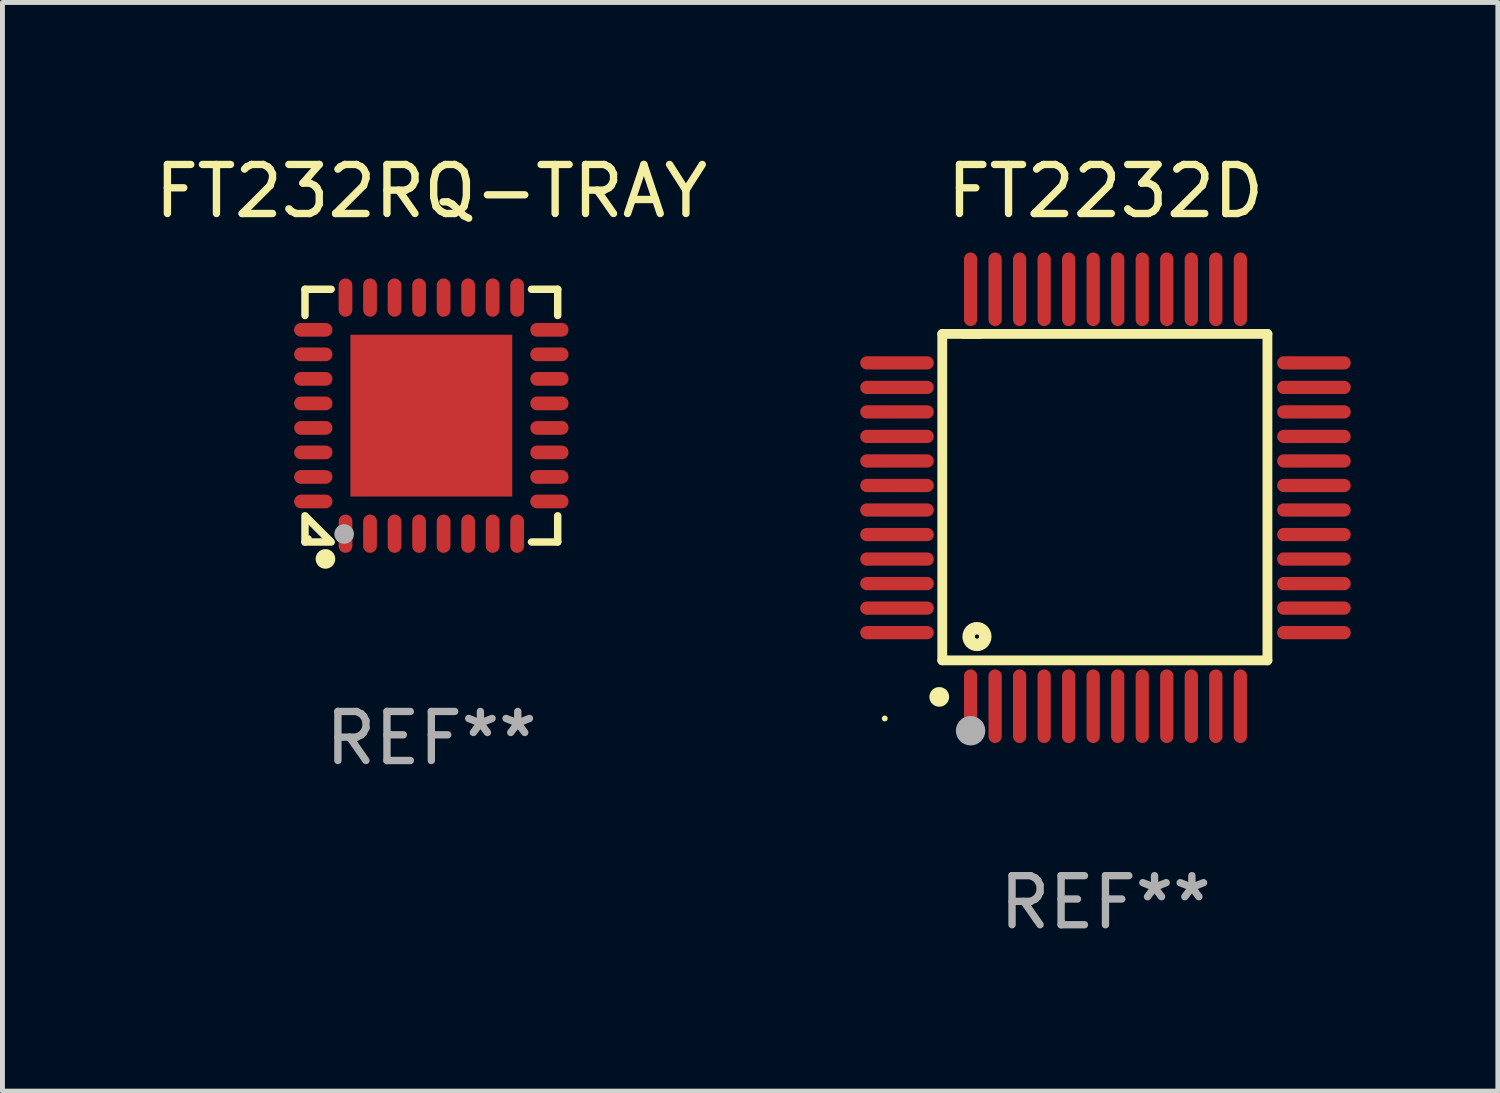
<source format=kicad_pcb>
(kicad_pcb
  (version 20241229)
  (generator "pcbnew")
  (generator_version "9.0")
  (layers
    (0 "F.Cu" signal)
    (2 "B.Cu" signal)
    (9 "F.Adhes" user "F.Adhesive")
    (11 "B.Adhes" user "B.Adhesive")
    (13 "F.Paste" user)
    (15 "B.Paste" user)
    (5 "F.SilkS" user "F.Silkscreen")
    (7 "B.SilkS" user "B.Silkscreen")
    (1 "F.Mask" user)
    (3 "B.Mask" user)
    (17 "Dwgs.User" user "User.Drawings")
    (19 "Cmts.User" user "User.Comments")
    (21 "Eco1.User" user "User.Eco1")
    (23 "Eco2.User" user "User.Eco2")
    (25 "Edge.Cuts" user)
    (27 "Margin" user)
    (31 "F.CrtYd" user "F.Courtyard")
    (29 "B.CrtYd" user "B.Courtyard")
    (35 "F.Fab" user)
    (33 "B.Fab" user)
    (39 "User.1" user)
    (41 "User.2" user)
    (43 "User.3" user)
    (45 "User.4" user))
  (footprint "FT232RQ-TRAY"
    (layer "F.Cu")
    (at 5.744 5.424)
    (property "Reference" "FT232RQ-TRAY" (at 0 -4.576 0) (layer "F.SilkS") (effects (font (size 1 1) (thickness 0.15))))
    (attr through_hole)
    (fp_line (start -2.576 -2.576) (end -2.576 -2.042) (stroke (width 0.152) (type solid)) (layer "F.SilkS"))
    (fp_line (start -2.576 2.576) (end -2.576 2.042) (stroke (width 0.152) (type solid)) (layer "F.SilkS"))
    (fp_line (start -2.549 2.069) (end -2.069 2.549) (stroke (width 0.152) (type solid)) (layer "F.SilkS"))
    (fp_line (start -2.042 -2.576) (end -2.576 -2.576) (stroke (width 0.152) (type solid)) (layer "F.SilkS"))
    (fp_line (start -2.042 2.576) (end -2.576 2.576) (stroke (width 0.152) (type solid)) (layer "F.SilkS"))
    (fp_line (start 2.042 -2.576) (end 2.576 -2.576) (stroke (width 0.152) (type solid)) (layer "F.SilkS"))
    (fp_line (start 2.042 2.576) (end 2.576 2.576) (stroke (width 0.152) (type solid)) (layer "F.SilkS"))
    (fp_line (start 2.576 -2.576) (end 2.576 -2.042) (stroke (width 0.152) (type solid)) (layer "F.SilkS"))
    (fp_line (start 2.576 2.576) (end 2.576 2.042) (stroke (width 0.152) (type solid)) (layer "F.SilkS"))
    (fp_circle (center -2.5 2.5) (end -2.47 2.5) (stroke (width 0.06) (type solid)) (fill no) (layer "F.SilkS"))
    (fp_circle (center -2.159 2.921) (end -2.059 2.921) (stroke (width 0.2) (type solid)) (fill no) (layer "F.SilkS"))
    (fp_circle (center -1.778 2.413) (end -1.678 2.413) (stroke (width 0.2) (type solid)) (fill no) (layer "F.Fab"))
    (fp_text user "REF**" (at 0 6.576 0) (layer "F.Fab") (effects (font (size 1 1) (thickness 0.15))))
    (pad "1" smd oval (at -1.75 2.407 90) (size 0.78 0.28) (layers "F.Cu" "F.Mask" "F.Paste"))
    (pad "2" smd oval (at -1.25 2.407 90) (size 0.78 0.28) (layers "F.Cu" "F.Mask" "F.Paste"))
    (pad "3" smd oval (at -0.75 2.407 90) (size 0.78 0.28) (layers "F.Cu" "F.Mask" "F.Paste"))
    (pad "4" smd oval (at -0.25 2.407 90) (size 0.78 0.28) (layers "F.Cu" "F.Mask" "F.Paste"))
    (pad "5" smd oval (at 0.25 2.407 90) (size 0.78 0.28) (layers "F.Cu" "F.Mask" "F.Paste"))
    (pad "6" smd oval (at 0.75 2.407 90) (size 0.78 0.28) (layers "F.Cu" "F.Mask" "F.Paste"))
    (pad "7" smd oval (at 1.25 2.407 90) (size 0.78 0.28) (layers "F.Cu" "F.Mask" "F.Paste"))
    (pad "8" smd oval (at 1.75 2.407 90) (size 0.78 0.28) (layers "F.Cu" "F.Mask" "F.Paste"))
    (pad "9" smd oval (at 2.407 1.75 90) (size 0.28 0.78) (layers "F.Cu" "F.Mask" "F.Paste"))
    (pad "10" smd oval (at 2.407 1.25 90) (size 0.28 0.78) (layers "F.Cu" "F.Mask" "F.Paste"))
    (pad "11" smd oval (at 2.407 0.75 90) (size 0.28 0.78) (layers "F.Cu" "F.Mask" "F.Paste"))
    (pad "12" smd oval (at 2.407 0.25 90) (size 0.28 0.78) (layers "F.Cu" "F.Mask" "F.Paste"))
    (pad "13" smd oval (at 2.407 -0.25 90) (size 0.28 0.78) (layers "F.Cu" "F.Mask" "F.Paste"))
    (pad "14" smd oval (at 2.407 -0.75 90) (size 0.28 0.78) (layers "F.Cu" "F.Mask" "F.Paste"))
    (pad "15" smd oval (at 2.407 -1.25 90) (size 0.28 0.78) (layers "F.Cu" "F.Mask" "F.Paste"))
    (pad "16" smd oval (at 2.407 -1.75 90) (size 0.28 0.78) (layers "F.Cu" "F.Mask" "F.Paste"))
    (pad "17" smd oval (at 1.75 -2.407 90) (size 0.78 0.28) (layers "F.Cu" "F.Mask" "F.Paste"))
    (pad "18" smd oval (at 1.25 -2.407 90) (size 0.78 0.28) (layers "F.Cu" "F.Mask" "F.Paste"))
    (pad "19" smd oval (at 0.75 -2.407 90) (size 0.78 0.28) (layers "F.Cu" "F.Mask" "F.Paste"))
    (pad "20" smd oval (at 0.25 -2.407 90) (size 0.78 0.28) (layers "F.Cu" "F.Mask" "F.Paste"))
    (pad "21" smd oval (at -0.25 -2.407 90) (size 0.78 0.28) (layers "F.Cu" "F.Mask" "F.Paste"))
    (pad "22" smd oval (at -0.75 -2.407 90) (size 0.78 0.28) (layers "F.Cu" "F.Mask" "F.Paste"))
    (pad "23" smd oval (at -1.25 -2.407 90) (size 0.78 0.28) (layers "F.Cu" "F.Mask" "F.Paste"))
    (pad "24" smd oval (at -1.75 -2.407 90) (size 0.78 0.28) (layers "F.Cu" "F.Mask" "F.Paste"))
    (pad "25" smd oval (at -2.407 -1.75 90) (size 0.28 0.78) (layers "F.Cu" "F.Mask" "F.Paste"))
    (pad "26" smd oval (at -2.407 -1.25 90) (size 0.28 0.78) (layers "F.Cu" "F.Mask" "F.Paste"))
    (pad "27" smd oval (at -2.407 -0.75 90) (size 0.28 0.78) (layers "F.Cu" "F.Mask" "F.Paste"))
    (pad "28" smd oval (at -2.407 -0.25 90) (size 0.28 0.78) (layers "F.Cu" "F.Mask" "F.Paste"))
    (pad "29" smd oval (at -2.407 0.25 90) (size 0.28 0.78) (layers "F.Cu" "F.Mask" "F.Paste"))
    (pad "30" smd oval (at -2.407 0.75 90) (size 0.28 0.78) (layers "F.Cu" "F.Mask" "F.Paste"))
    (pad "31" smd oval (at -2.407 1.25 90) (size 0.28 0.78) (layers "F.Cu" "F.Mask" "F.Paste"))
    (pad "32" smd oval (at -2.407 1.75 90) (size 0.28 0.78) (layers "F.Cu" "F.Mask" "F.Paste"))
    (pad "33" smd rect (at 0 0 90) (size 3.3 3.3) (layers "F.Cu" "F.Mask" "F.Paste")))
  (footprint "FT2232D"
    (layer "F.Cu")
    (at 19.488 7.098)
    (property "Reference" "FT2232D" (at 0 -6.25 0) (layer "F.SilkS") (effects (font (size 1 1) (thickness 0.15))))
    (attr through_hole)
    (fp_line (start -3.327 -3.34) (end -2.565 -3.34) (stroke (width 0.2) (type solid)) (layer "F.SilkS"))
    (fp_line (start -3.327 3.315) (end -3.327 -3.34) (stroke (width 0.2) (type solid)) (layer "F.SilkS"))
    (fp_line (start -2.896 -3.34) (end 3.302 -3.34) (stroke (width 0.2) (type solid)) (layer "F.SilkS"))
    (fp_line (start 3.302 -3.34) (end 3.302 3.315) (stroke (width 0.2) (type solid)) (layer "F.SilkS"))
    (fp_line (start 3.302 3.315) (end -3.327 3.315) (stroke (width 0.2) (type solid)) (layer "F.SilkS"))
    (fp_arc (start -3.389992 4.059995) (mid -3.388722 4.059991) (end -3.387452 4.059995) (stroke (width 0.4) (type solid)) (layer "F.SilkS"))
    (fp_circle (center -4.5 4.5) (end -4.47 4.5) (stroke (width 0.06) (type solid)) (fill no) (layer "F.SilkS"))
    (fp_circle (center -2.62 2.83) (end -2.45 2.83) (stroke (width 0.254) (type solid)) (fill no) (layer "F.SilkS"))
    (fp_circle (center -2.75 4.75) (end -2.6 4.75) (stroke (width 0.3) (type solid)) (fill no) (layer "F.Fab"))
    (fp_text user "REF**" (at 0 8.25 0) (layer "F.Fab") (effects (font (size 1 1) (thickness 0.15))))
    (pad "1" smd oval (at -2.75 4.25) (size 0.27 1.5) (layers "F.Cu" "F.Mask" "F.Paste"))
    (pad "2" smd oval (at -2.25 4.25) (size 0.27 1.5) (layers "F.Cu" "F.Mask" "F.Paste"))
    (pad "3" smd oval (at -1.75 4.25) (size 0.27 1.5) (layers "F.Cu" "F.Mask" "F.Paste"))
    (pad "4" smd oval (at -1.25 4.25) (size 0.27 1.5) (layers "F.Cu" "F.Mask" "F.Paste"))
    (pad "5" smd oval (at -0.75 4.25) (size 0.27 1.5) (layers "F.Cu" "F.Mask" "F.Paste"))
    (pad "6" smd oval (at -0.25 4.25) (size 0.27 1.5) (layers "F.Cu" "F.Mask" "F.Paste"))
    (pad "7" smd oval (at 0.25 4.25) (size 0.27 1.5) (layers "F.Cu" "F.Mask" "F.Paste"))
    (pad "8" smd oval (at 0.75 4.25) (size 0.27 1.5) (layers "F.Cu" "F.Mask" "F.Paste"))
    (pad "9" smd oval (at 1.25 4.25) (size 0.27 1.5) (layers "F.Cu" "F.Mask" "F.Paste"))
    (pad "10" smd oval (at 1.75 4.25) (size 0.27 1.5) (layers "F.Cu" "F.Mask" "F.Paste"))
    (pad "11" smd oval (at 2.25 4.25) (size 0.27 1.5) (layers "F.Cu" "F.Mask" "F.Paste"))
    (pad "12" smd oval (at 2.75 4.25) (size 0.27 1.5) (layers "F.Cu" "F.Mask" "F.Paste"))
    (pad "13" smd oval (at 4.25 2.75) (size 1.5 0.27) (layers "F.Cu" "F.Mask" "F.Paste"))
    (pad "14" smd oval (at 4.25 2.25) (size 1.5 0.27) (layers "F.Cu" "F.Mask" "F.Paste"))
    (pad "15" smd oval (at 4.25 1.75) (size 1.5 0.27) (layers "F.Cu" "F.Mask" "F.Paste"))
    (pad "16" smd oval (at 4.25 1.25) (size 1.5 0.27) (layers "F.Cu" "F.Mask" "F.Paste"))
    (pad "17" smd oval (at 4.25 0.75) (size 1.5 0.27) (layers "F.Cu" "F.Mask" "F.Paste"))
    (pad "18" smd oval (at 4.25 0.25) (size 1.5 0.27) (layers "F.Cu" "F.Mask" "F.Paste"))
    (pad "19" smd oval (at 4.25 -0.25) (size 1.5 0.27) (layers "F.Cu" "F.Mask" "F.Paste"))
    (pad "20" smd oval (at 4.25 -0.75) (size 1.5 0.27) (layers "F.Cu" "F.Mask" "F.Paste"))
    (pad "21" smd oval (at 4.25 -1.25) (size 1.5 0.27) (layers "F.Cu" "F.Mask" "F.Paste"))
    (pad "22" smd oval (at 4.25 -1.75) (size 1.5 0.27) (layers "F.Cu" "F.Mask" "F.Paste"))
    (pad "23" smd oval (at 4.25 -2.25) (size 1.5 0.27) (layers "F.Cu" "F.Mask" "F.Paste"))
    (pad "24" smd oval (at 4.25 -2.75) (size 1.5 0.27) (layers "F.Cu" "F.Mask" "F.Paste"))
    (pad "25" smd oval (at 2.75 -4.25) (size 0.27 1.5) (layers "F.Cu" "F.Mask" "F.Paste"))
    (pad "26" smd oval (at 2.25 -4.25) (size 0.27 1.5) (layers "F.Cu" "F.Mask" "F.Paste"))
    (pad "27" smd oval (at 1.75 -4.25) (size 0.27 1.5) (layers "F.Cu" "F.Mask" "F.Paste"))
    (pad "28" smd oval (at 1.25 -4.25) (size 0.27 1.5) (layers "F.Cu" "F.Mask" "F.Paste"))
    (pad "29" smd oval (at 0.75 -4.25) (size 0.27 1.5) (layers "F.Cu" "F.Mask" "F.Paste"))
    (pad "30" smd oval (at 0.25 -4.25) (size 0.27 1.5) (layers "F.Cu" "F.Mask" "F.Paste"))
    (pad "31" smd oval (at -0.25 -4.25) (size 0.27 1.5) (layers "F.Cu" "F.Mask" "F.Paste"))
    (pad "32" smd oval (at -0.75 -4.25) (size 0.27 1.5) (layers "F.Cu" "F.Mask" "F.Paste"))
    (pad "33" smd oval (at -1.25 -4.25) (size 0.27 1.5) (layers "F.Cu" "F.Mask" "F.Paste"))
    (pad "34" smd oval (at -1.75 -4.25) (size 0.27 1.5) (layers "F.Cu" "F.Mask" "F.Paste"))
    (pad "35" smd oval (at -2.25 -4.25) (size 0.27 1.5) (layers "F.Cu" "F.Mask" "F.Paste"))
    (pad "36" smd oval (at -2.75 -4.25) (size 0.27 1.5) (layers "F.Cu" "F.Mask" "F.Paste"))
    (pad "37" smd oval (at -4.25 -2.75) (size 1.5 0.27) (layers "F.Cu" "F.Mask" "F.Paste"))
    (pad "38" smd oval (at -4.25 -2.25) (size 1.5 0.27) (layers "F.Cu" "F.Mask" "F.Paste"))
    (pad "39" smd oval (at -4.25 -1.75) (size 1.5 0.27) (layers "F.Cu" "F.Mask" "F.Paste"))
    (pad "40" smd oval (at -4.25 -1.25) (size 1.5 0.27) (layers "F.Cu" "F.Mask" "F.Paste"))
    (pad "41" smd oval (at -4.25 -0.75) (size 1.5 0.27) (layers "F.Cu" "F.Mask" "F.Paste"))
    (pad "42" smd oval (at -4.25 -0.25) (size 1.5 0.27) (layers "F.Cu" "F.Mask" "F.Paste"))
    (pad "43" smd oval (at -4.25 0.25) (size 1.5 0.27) (layers "F.Cu" "F.Mask" "F.Paste"))
    (pad "44" smd oval (at -4.25 0.75) (size 1.5 0.27) (layers "F.Cu" "F.Mask" "F.Paste"))
    (pad "45" smd oval (at -4.25 1.25) (size 1.5 0.27) (layers "F.Cu" "F.Mask" "F.Paste"))
    (pad "46" smd oval (at -4.25 1.75) (size 1.5 0.27) (layers "F.Cu" "F.Mask" "F.Paste"))
    (pad "47" smd oval (at -4.25 2.25) (size 1.5 0.27) (layers "F.Cu" "F.Mask" "F.Paste"))
    (pad "48" smd oval (at -4.25 2.75) (size 1.5 0.27) (layers "F.Cu" "F.Mask" "F.Paste")))
  (gr_rect
    (start -3 -3)
    (end 27.488 19.196)
    (stroke (width 0.1) (type default))
    (fill no)
    (layer "Edge.Cuts")))
</source>
